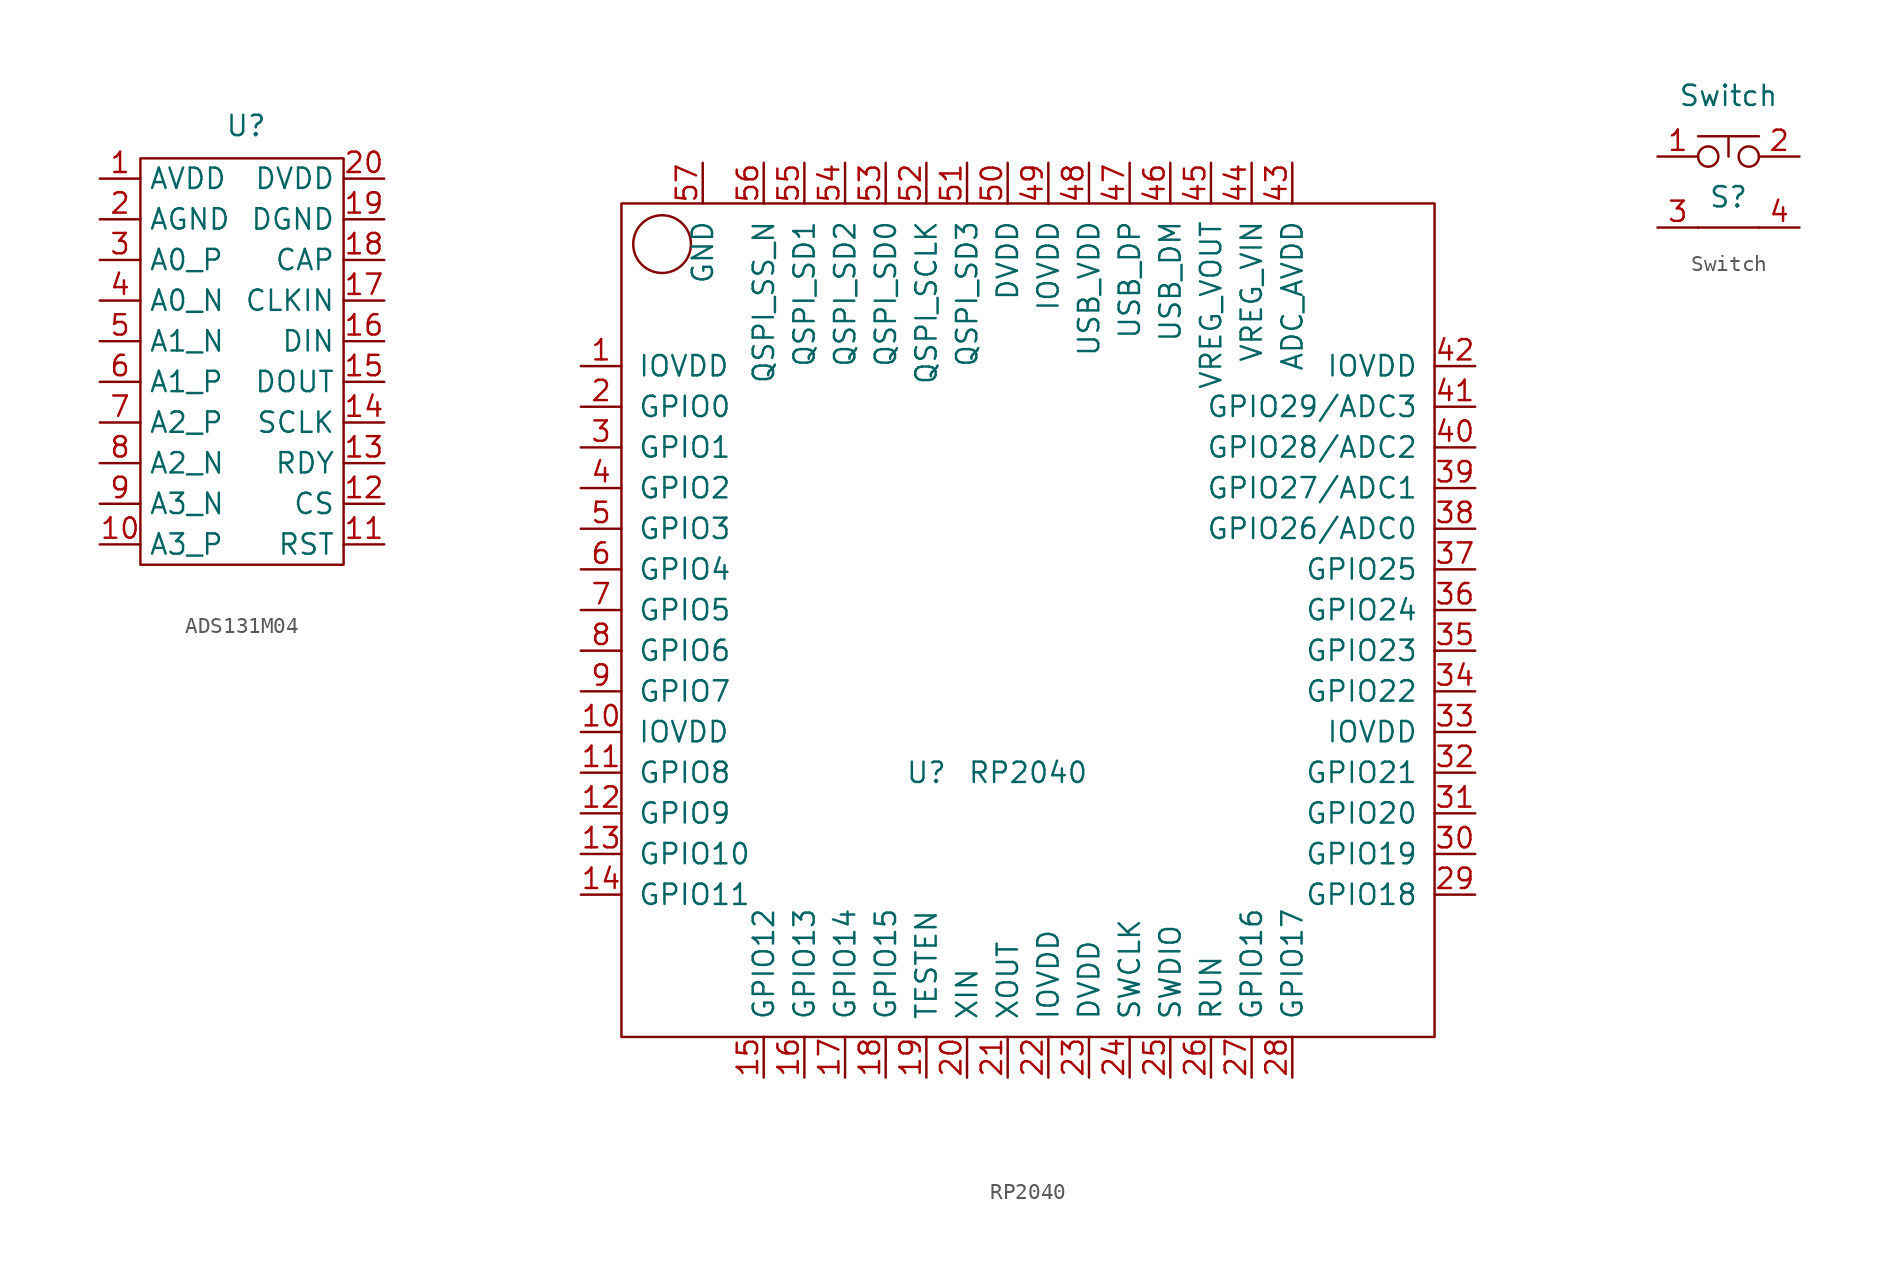
<source format=kicad_sym>
(kicad_symbol_lib
  (version 20231120)
  (generator "kicad_symbol_editor")
  (generator_version "8.0")
  (symbol "ADS131M04"
    (property "Reference" "U"
      (at 0.254 3.302 0)
      (effects (font (size 1.27 1.27))))
    (property "Value" ""
      (at 0 0 0)
      (effects (font (size 1.27 1.27))))
    (symbol "ADS131M04_0_1"
      (polyline (pts (xy -6.35 1.27) (xy -6.35 -24.13) (xy 6.35 -24.13) (xy 6.35 1.27) (xy -6.35 1.27)) (stroke (width 0) (type default)) (fill (type none))))
    (symbol "ADS131M04_1_1"
      (pin passive line (at -8.89 0 0) (length 2.54) (name "AVDD" (effects (font (size 1.27 1.27)))) (number "1" (effects (font (size 1.27 1.27)))))
      (pin passive line (at -8.89 -22.86 0) (length 2.54) (name "A3_P" (effects (font (size 1.27 1.27)))) (number "10" (effects (font (size 1.27 1.27)))))
      (pin passive line (at 8.89 -22.86 180) (length 2.54) (name "RST" (effects (font (size 1.27 1.27)))) (number "11" (effects (font (size 1.27 1.27)))))
      (pin passive line (at 8.89 -20.32 180) (length 2.54) (name "CS" (effects (font (size 1.27 1.27)))) (number "12" (effects (font (size 1.27 1.27)))))
      (pin passive line (at 8.89 -17.78 180) (length 2.54) (name "RDY" (effects (font (size 1.27 1.27)))) (number "13" (effects (font (size 1.27 1.27)))))
      (pin passive line (at 8.89 -15.24 180) (length 2.54) (name "SCLK" (effects (font (size 1.27 1.27)))) (number "14" (effects (font (size 1.27 1.27)))))
      (pin passive line (at 8.89 -12.7 180) (length 2.54) (name "DOUT" (effects (font (size 1.27 1.27)))) (number "15" (effects (font (size 1.27 1.27)))))
      (pin passive line (at 8.89 -10.16 180) (length 2.54) (name "DIN" (effects (font (size 1.27 1.27)))) (number "16" (effects (font (size 1.27 1.27)))))
      (pin passive line (at 8.89 -7.62 180) (length 2.54) (name "CLKIN" (effects (font (size 1.27 1.27)))) (number "17" (effects (font (size 1.27 1.27)))))
      (pin passive line (at 8.89 -5.08 180) (length 2.54) (name "CAP" (effects (font (size 1.27 1.27)))) (number "18" (effects (font (size 1.27 1.27)))))
      (pin passive line (at 8.89 -2.54 180) (length 2.54) (name "DGND" (effects (font (size 1.27 1.27)))) (number "19" (effects (font (size 1.27 1.27)))))
      (pin passive line (at -8.89 -2.54 0) (length 2.54) (name "AGND" (effects (font (size 1.27 1.27)))) (number "2" (effects (font (size 1.27 1.27)))))
      (pin passive line (at 8.89 0 180) (length 2.54) (name "DVDD" (effects (font (size 1.27 1.27)))) (number "20" (effects (font (size 1.27 1.27)))))
      (pin passive line (at -8.89 -5.08 0) (length 2.54) (name "A0_P" (effects (font (size 1.27 1.27)))) (number "3" (effects (font (size 1.27 1.27)))))
      (pin passive line (at -8.89 -7.62 0) (length 2.54) (name "A0_N" (effects (font (size 1.27 1.27)))) (number "4" (effects (font (size 1.27 1.27)))))
      (pin passive line (at -8.89 -10.16 0) (length 2.54) (name "A1_N" (effects (font (size 1.27 1.27)))) (number "5" (effects (font (size 1.27 1.27)))))
      (pin passive line (at -8.89 -12.7 0) (length 2.54) (name "A1_P" (effects (font (size 1.27 1.27)))) (number "6" (effects (font (size 1.27 1.27)))))
      (pin passive line (at -8.89 -15.24 0) (length 2.54) (name "A2_P" (effects (font (size 1.27 1.27)))) (number "7" (effects (font (size 1.27 1.27)))))
      (pin passive line (at -8.89 -17.78 0) (length 2.54) (name "A2_N" (effects (font (size 1.27 1.27)))) (number "8" (effects (font (size 1.27 1.27)))))
      (pin passive line (at -8.89 -20.32 0) (length 2.54) (name "A3_N" (effects (font (size 1.27 1.27)))) (number "9" (effects (font (size 1.27 1.27)))))))
  (symbol "RP2040"
    (pin_names
      (offset 1.016))
    (property "Reference" "U"
      (at 13.97 -29.21 0)
      (effects (font (size 1.27 1.27))))
    (property "Value" "RP2040"
      (at 20.32 -29.21 0)
      (effects (font (size 1.27 1.27))))
    (symbol "RP2040_0_1"
      (rectangle (start -5.08 6.35) (end 45.72 -45.72) (stroke (width 0) (type default)) (fill (type none)))
      (circle (center -2.54 3.81) (radius 1.803) (stroke (width 0) (type default)) (fill (type none))))
    (symbol "RP2040_1_1"
      (pin passive line (at -7.62 -3.81 0) (length 2.54) (name "IOVDD" (effects (font (size 1.27 1.27)))) (number "1" (effects (font (size 1.27 1.27)))))
      (pin passive line (at -7.62 -26.67 0) (length 2.54) (name "IOVDD" (effects (font (size 1.27 1.27)))) (number "10" (effects (font (size 1.27 1.27)))))
      (pin passive line (at -7.62 -29.21 0) (length 2.54) (name "GPIO8" (effects (font (size 1.27 1.27)))) (number "11" (effects (font (size 1.27 1.27)))))
      (pin passive line (at -7.62 -31.75 0) (length 2.54) (name "GPIO9" (effects (font (size 1.27 1.27)))) (number "12" (effects (font (size 1.27 1.27)))))
      (pin passive line (at -7.62 -34.29 0) (length 2.54) (name "GPIO10" (effects (font (size 1.27 1.27)))) (number "13" (effects (font (size 1.27 1.27)))))
      (pin passive line (at -7.62 -36.83 0) (length 2.54) (name "GPIO11" (effects (font (size 1.27 1.27)))) (number "14" (effects (font (size 1.27 1.27)))))
      (pin passive line (at 3.81 -48.26 90) (length 2.54) (name "GPIO12" (effects (font (size 1.27 1.27)))) (number "15" (effects (font (size 1.27 1.27)))))
      (pin passive line (at 6.35 -48.26 90) (length 2.54) (name "GPIO13" (effects (font (size 1.27 1.27)))) (number "16" (effects (font (size 1.27 1.27)))))
      (pin passive line (at 8.89 -48.26 90) (length 2.54) (name "GPIO14" (effects (font (size 1.27 1.27)))) (number "17" (effects (font (size 1.27 1.27)))))
      (pin passive line (at 11.43 -48.26 90) (length 2.54) (name "GPIO15" (effects (font (size 1.27 1.27)))) (number "18" (effects (font (size 1.27 1.27)))))
      (pin passive line (at 13.97 -48.26 90) (length 2.54) (name "TESTEN" (effects (font (size 1.27 1.27)))) (number "19" (effects (font (size 1.27 1.27)))))
      (pin passive line (at -7.62 -6.35 0) (length 2.54) (name "GPIO0" (effects (font (size 1.27 1.27)))) (number "2" (effects (font (size 1.27 1.27)))))
      (pin passive line (at 16.51 -48.26 90) (length 2.54) (name "XIN" (effects (font (size 1.27 1.27)))) (number "20" (effects (font (size 1.27 1.27)))))
      (pin passive line (at 19.05 -48.26 90) (length 2.54) (name "XOUT" (effects (font (size 1.27 1.27)))) (number "21" (effects (font (size 1.27 1.27)))))
      (pin passive line (at 21.59 -48.26 90) (length 2.54) (name "IOVDD" (effects (font (size 1.27 1.27)))) (number "22" (effects (font (size 1.27 1.27)))))
      (pin passive line (at 24.13 -48.26 90) (length 2.54) (name "DVDD" (effects (font (size 1.27 1.27)))) (number "23" (effects (font (size 1.27 1.27)))))
      (pin passive line (at 26.67 -48.26 90) (length 2.54) (name "SWCLK" (effects (font (size 1.27 1.27)))) (number "24" (effects (font (size 1.27 1.27)))))
      (pin passive line (at 29.21 -48.26 90) (length 2.54) (name "SWDIO" (effects (font (size 1.27 1.27)))) (number "25" (effects (font (size 1.27 1.27)))))
      (pin passive line (at 31.75 -48.26 90) (length 2.54) (name "RUN" (effects (font (size 1.27 1.27)))) (number "26" (effects (font (size 1.27 1.27)))))
      (pin passive line (at 34.29 -48.26 90) (length 2.54) (name "GPIO16" (effects (font (size 1.27 1.27)))) (number "27" (effects (font (size 1.27 1.27)))))
      (pin passive line (at 36.83 -48.26 90) (length 2.54) (name "GPIO17" (effects (font (size 1.27 1.27)))) (number "28" (effects (font (size 1.27 1.27)))))
      (pin passive line (at 48.26 -36.83 180) (length 2.54) (name "GPIO18" (effects (font (size 1.27 1.27)))) (number "29" (effects (font (size 1.27 1.27)))))
      (pin passive line (at -7.62 -8.89 0) (length 2.54) (name "GPIO1" (effects (font (size 1.27 1.27)))) (number "3" (effects (font (size 1.27 1.27)))))
      (pin passive line (at 48.26 -34.29 180) (length 2.54) (name "GPIO19" (effects (font (size 1.27 1.27)))) (number "30" (effects (font (size 1.27 1.27)))))
      (pin passive line (at 48.26 -31.75 180) (length 2.54) (name "GPIO20" (effects (font (size 1.27 1.27)))) (number "31" (effects (font (size 1.27 1.27)))))
      (pin passive line (at 48.26 -29.21 180) (length 2.54) (name "GPIO21" (effects (font (size 1.27 1.27)))) (number "32" (effects (font (size 1.27 1.27)))))
      (pin passive line (at 48.26 -26.67 180) (length 2.54) (name "IOVDD" (effects (font (size 1.27 1.27)))) (number "33" (effects (font (size 1.27 1.27)))))
      (pin passive line (at 48.26 -24.13 180) (length 2.54) (name "GPIO22" (effects (font (size 1.27 1.27)))) (number "34" (effects (font (size 1.27 1.27)))))
      (pin passive line (at 48.26 -21.59 180) (length 2.54) (name "GPIO23" (effects (font (size 1.27 1.27)))) (number "35" (effects (font (size 1.27 1.27)))))
      (pin passive line (at 48.26 -19.05 180) (length 2.54) (name "GPIO24" (effects (font (size 1.27 1.27)))) (number "36" (effects (font (size 1.27 1.27)))))
      (pin passive line (at 48.26 -16.51 180) (length 2.54) (name "GPIO25" (effects (font (size 1.27 1.27)))) (number "37" (effects (font (size 1.27 1.27)))))
      (pin passive line (at 48.26 -13.97 180) (length 2.54) (name "GPIO26/ADC0" (effects (font (size 1.27 1.27)))) (number "38" (effects (font (size 1.27 1.27)))))
      (pin passive line (at 48.26 -11.43 180) (length 2.54) (name "GPIO27/ADC1" (effects (font (size 1.27 1.27)))) (number "39" (effects (font (size 1.27 1.27)))))
      (pin passive line (at -7.62 -11.43 0) (length 2.54) (name "GPIO2" (effects (font (size 1.27 1.27)))) (number "4" (effects (font (size 1.27 1.27)))))
      (pin passive line (at 48.26 -8.89 180) (length 2.54) (name "GPIO28/ADC2" (effects (font (size 1.27 1.27)))) (number "40" (effects (font (size 1.27 1.27)))))
      (pin passive line (at 48.26 -6.35 180) (length 2.54) (name "GPIO29/ADC3" (effects (font (size 1.27 1.27)))) (number "41" (effects (font (size 1.27 1.27)))))
      (pin passive line (at 48.26 -3.81 180) (length 2.54) (name "IOVDD" (effects (font (size 1.27 1.27)))) (number "42" (effects (font (size 1.27 1.27)))))
      (pin passive line (at 36.83 8.89 270) (length 2.54) (name "ADC_AVDD" (effects (font (size 1.27 1.27)))) (number "43" (effects (font (size 1.27 1.27)))))
      (pin passive line (at 34.29 8.89 270) (length 2.54) (name "VREG_VIN" (effects (font (size 1.27 1.27)))) (number "44" (effects (font (size 1.27 1.27)))))
      (pin passive line (at 31.75 8.89 270) (length 2.54) (name "VREG_VOUT" (effects (font (size 1.27 1.27)))) (number "45" (effects (font (size 1.27 1.27)))))
      (pin passive line (at 29.21 8.89 270) (length 2.54) (name "USB_DM" (effects (font (size 1.27 1.27)))) (number "46" (effects (font (size 1.27 1.27)))))
      (pin passive line (at 26.67 8.89 270) (length 2.54) (name "USB_DP" (effects (font (size 1.27 1.27)))) (number "47" (effects (font (size 1.27 1.27)))))
      (pin passive line (at 24.13 8.89 270) (length 2.54) (name "USB_VDD" (effects (font (size 1.27 1.27)))) (number "48" (effects (font (size 1.27 1.27)))))
      (pin passive line (at 21.59 8.89 270) (length 2.54) (name "IOVDD" (effects (font (size 1.27 1.27)))) (number "49" (effects (font (size 1.27 1.27)))))
      (pin passive line (at -7.62 -13.97 0) (length 2.54) (name "GPIO3" (effects (font (size 1.27 1.27)))) (number "5" (effects (font (size 1.27 1.27)))))
      (pin passive line (at 19.05 8.89 270) (length 2.54) (name "DVDD" (effects (font (size 1.27 1.27)))) (number "50" (effects (font (size 1.27 1.27)))))
      (pin passive line (at 16.51 8.89 270) (length 2.54) (name "QSPI_SD3" (effects (font (size 1.27 1.27)))) (number "51" (effects (font (size 1.27 1.27)))))
      (pin passive line (at 13.97 8.89 270) (length 2.54) (name "QSPI_SCLK" (effects (font (size 1.27 1.27)))) (number "52" (effects (font (size 1.27 1.27)))))
      (pin passive line (at 11.43 8.89 270) (length 2.54) (name "QSPI_SD0" (effects (font (size 1.27 1.27)))) (number "53" (effects (font (size 1.27 1.27)))))
      (pin passive line (at 8.89 8.89 270) (length 2.54) (name "QSPI_SD2" (effects (font (size 1.27 1.27)))) (number "54" (effects (font (size 1.27 1.27)))))
      (pin passive line (at 6.35 8.89 270) (length 2.54) (name "QSPI_SD1" (effects (font (size 1.27 1.27)))) (number "55" (effects (font (size 1.27 1.27)))))
      (pin passive line (at 3.81 8.89 270) (length 2.54) (name "QSPI_SS_N" (effects (font (size 1.27 1.27)))) (number "56" (effects (font (size 1.27 1.27)))))
      (pin passive line (at 0 8.89 270) (length 2.54) (name "GND" (effects (font (size 1.27 1.27)))) (number "57" (effects (font (size 1.27 1.27)))))
      (pin passive line (at -7.62 -16.51 0) (length 2.54) (name "GPIO4" (effects (font (size 1.27 1.27)))) (number "6" (effects (font (size 1.27 1.27)))))
      (pin passive line (at -7.62 -19.05 0) (length 2.54) (name "GPIO5" (effects (font (size 1.27 1.27)))) (number "7" (effects (font (size 1.27 1.27)))))
      (pin passive line (at -7.62 -21.59 0) (length 2.54) (name "GPIO6" (effects (font (size 1.27 1.27)))) (number "8" (effects (font (size 1.27 1.27)))))
      (pin passive line (at -7.62 -24.13 0) (length 2.54) (name "GPIO7" (effects (font (size 1.27 1.27)))) (number "9" (effects (font (size 1.27 1.27)))))))
  (symbol "Switch"
    (pin_names
      (offset 1.016))
    (property "Reference" "S"
      (at 0 0 0)
      (effects (font (size 1.27 1.27))))
    (property "Value" "Switch"
      (at 0 6.35 0)
      (effects (font (size 1.27 1.27))))
    (symbol "Switch_0_1"
      (circle (center -1.27 2.54) (radius 0.635) (stroke (width 0) (type default)) (fill (type none)))
      (polyline (pts (xy -1.905 -1.905) (xy 1.905 -1.905)) (stroke (width 0) (type default)) (fill (type none)))
      (polyline (pts (xy -1.905 3.81) (xy 1.905 3.81)) (stroke (width 0) (type default)) (fill (type none)))
      (polyline (pts (xy 0 2.54) (xy 0 3.81)) (stroke (width 0) (type default)) (fill (type none)))
      (circle (center 1.27 2.54) (radius 0.635) (stroke (width 0) (type default)) (fill (type none))))
    (symbol "Switch_1_1"
      (pin passive line (at -4.445 2.54 0) (length 2.54) (name "~" (effects (font (size 1.27 1.27)))) (number "1" (effects (font (size 1.27 1.27)))))
      (pin passive line (at 4.445 2.54 180) (length 2.54) (name "~" (effects (font (size 1.27 1.27)))) (number "2" (effects (font (size 1.27 1.27)))))
      (pin passive line (at -4.445 -1.905 0) (length 2.54) (name "~" (effects (font (size 1.27 1.27)))) (number "3" (effects (font (size 1.27 1.27)))))
      (pin passive line (at 4.445 -1.905 180) (length 2.54) (name "~" (effects (font (size 1.27 1.27)))) (number "4" (effects (font (size 1.27 1.27))))))))
</source>
